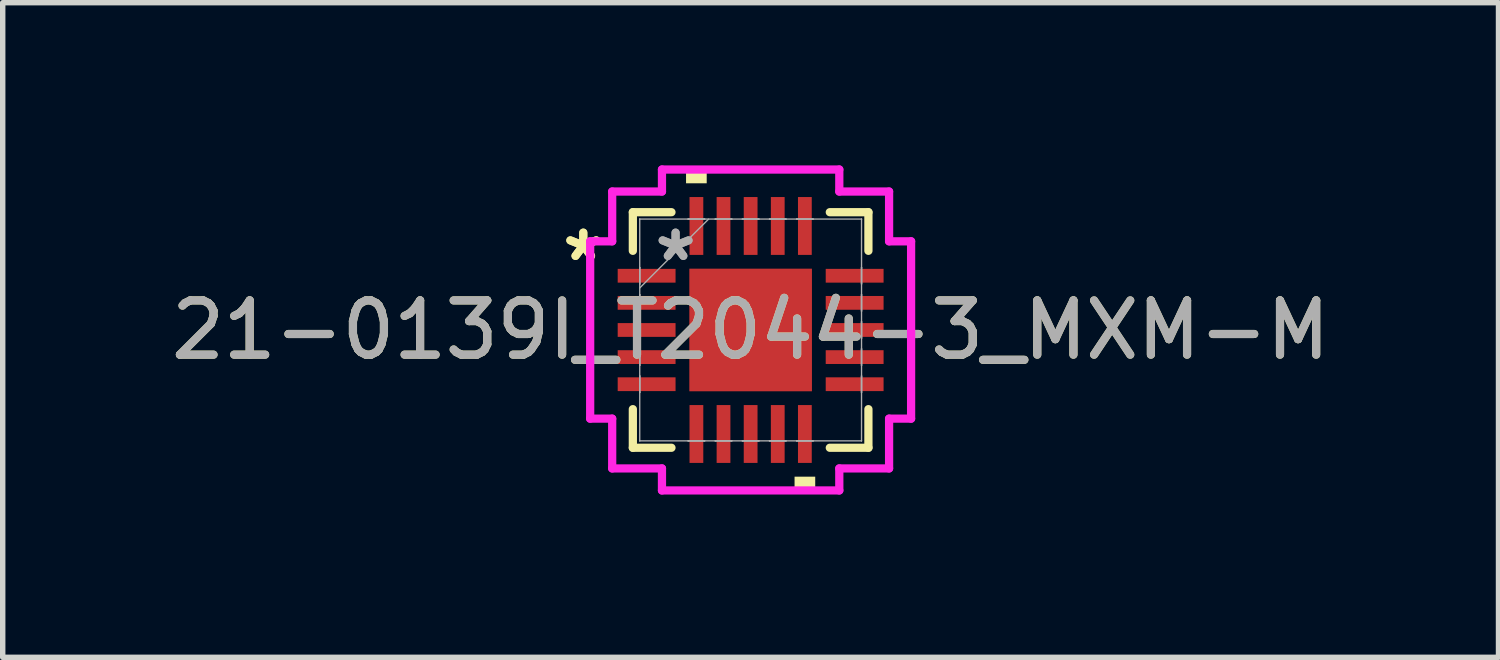
<source format=kicad_pcb>
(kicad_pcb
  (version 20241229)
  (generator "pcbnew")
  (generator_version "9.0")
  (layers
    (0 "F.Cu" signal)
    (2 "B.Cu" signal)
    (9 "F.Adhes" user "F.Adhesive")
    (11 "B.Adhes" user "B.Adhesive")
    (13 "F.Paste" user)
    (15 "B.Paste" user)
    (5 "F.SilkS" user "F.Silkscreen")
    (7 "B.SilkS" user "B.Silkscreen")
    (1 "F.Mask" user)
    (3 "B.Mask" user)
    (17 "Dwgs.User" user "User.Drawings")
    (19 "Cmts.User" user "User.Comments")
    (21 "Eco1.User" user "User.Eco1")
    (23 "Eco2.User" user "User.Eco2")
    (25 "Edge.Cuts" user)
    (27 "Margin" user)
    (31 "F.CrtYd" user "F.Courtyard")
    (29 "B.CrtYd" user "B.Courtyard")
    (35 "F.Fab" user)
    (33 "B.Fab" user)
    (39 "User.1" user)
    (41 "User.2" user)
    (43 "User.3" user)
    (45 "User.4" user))
  (footprint "21-0139I_T2044-3_MXM-M"
    (layer "F.Cu")
    (at 10.792 3.035)
    (property "Reference" "21-0139I_T2044-3_MXM-M" (at 0 0 0) (unlocked yes) (layer "F.SilkS") (effects (font (size 1 1) (thickness 0.15))))
    (attr smd)
    (fp_line (start -2.172 -2.172) (end -2.172 -1.46) (stroke (width 0.152) (type solid)) (layer "F.SilkS"))
    (fp_line (start -2.172 1.46) (end -2.172 2.172) (stroke (width 0.152) (type solid)) (layer "F.SilkS"))
    (fp_line (start -2.172 2.172) (end -1.46 2.172) (stroke (width 0.152) (type solid)) (layer "F.SilkS"))
    (fp_line (start -1.46 -2.172) (end -2.172 -2.172) (stroke (width 0.152) (type solid)) (layer "F.SilkS"))
    (fp_line (start 1.46 2.172) (end 2.172 2.172) (stroke (width 0.152) (type solid)) (layer "F.SilkS"))
    (fp_line (start 2.172 -2.172) (end 1.46 -2.172) (stroke (width 0.152) (type solid)) (layer "F.SilkS"))
    (fp_line (start 2.172 -1.46) (end 2.172 -2.172) (stroke (width 0.152) (type solid)) (layer "F.SilkS"))
    (fp_line (start 2.172 2.172) (end 2.172 1.46) (stroke (width 0.152) (type solid)) (layer "F.SilkS"))
    (fp_poly (pts (xy -1.191 -2.705) (xy -1.191 -2.959) (xy -0.81 -2.959) (xy -0.81 -2.705)) (stroke (width 0) (type solid)) (fill yes) (layer "F.SilkS"))
    (fp_poly (pts (xy 0.81 2.705) (xy 0.81 2.959) (xy 1.191 2.959) (xy 1.191 2.705)) (stroke (width 0) (type solid)) (fill yes) (layer "F.SilkS"))
    (fp_line (start -2.959 -1.635) (end -2.553 -1.635) (stroke (width 0.152) (type solid)) (layer "F.CrtYd"))
    (fp_line (start -2.959 1.635) (end -2.959 -1.635) (stroke (width 0.152) (type solid)) (layer "F.CrtYd"))
    (fp_line (start -2.553 -2.553) (end -1.635 -2.553) (stroke (width 0.152) (type solid)) (layer "F.CrtYd"))
    (fp_line (start -2.553 -1.635) (end -2.553 -2.553) (stroke (width 0.152) (type solid)) (layer "F.CrtYd"))
    (fp_line (start -2.553 1.635) (end -2.959 1.635) (stroke (width 0.152) (type solid)) (layer "F.CrtYd"))
    (fp_line (start -2.553 2.553) (end -2.553 1.635) (stroke (width 0.152) (type solid)) (layer "F.CrtYd"))
    (fp_line (start -1.635 -2.959) (end 1.635 -2.959) (stroke (width 0.152) (type solid)) (layer "F.CrtYd"))
    (fp_line (start -1.635 -2.553) (end -1.635 -2.959) (stroke (width 0.152) (type solid)) (layer "F.CrtYd"))
    (fp_line (start -1.635 2.553) (end -2.553 2.553) (stroke (width 0.152) (type solid)) (layer "F.CrtYd"))
    (fp_line (start -1.635 2.959) (end -1.635 2.553) (stroke (width 0.152) (type solid)) (layer "F.CrtYd"))
    (fp_line (start 1.635 -2.959) (end 1.635 -2.553) (stroke (width 0.152) (type solid)) (layer "F.CrtYd"))
    (fp_line (start 1.635 -2.553) (end 2.553 -2.553) (stroke (width 0.152) (type solid)) (layer "F.CrtYd"))
    (fp_line (start 1.635 2.553) (end 1.635 2.959) (stroke (width 0.152) (type solid)) (layer "F.CrtYd"))
    (fp_line (start 1.635 2.959) (end -1.635 2.959) (stroke (width 0.152) (type solid)) (layer "F.CrtYd"))
    (fp_line (start 2.553 -2.553) (end 2.553 -1.635) (stroke (width 0.152) (type solid)) (layer "F.CrtYd"))
    (fp_line (start 2.553 -1.635) (end 2.959 -1.635) (stroke (width 0.152) (type solid)) (layer "F.CrtYd"))
    (fp_line (start 2.553 1.635) (end 2.553 2.553) (stroke (width 0.152) (type solid)) (layer "F.CrtYd"))
    (fp_line (start 2.553 2.553) (end 1.635 2.553) (stroke (width 0.152) (type solid)) (layer "F.CrtYd"))
    (fp_line (start 2.959 -1.635) (end 2.959 1.635) (stroke (width 0.152) (type solid)) (layer "F.CrtYd"))
    (fp_line (start 2.959 1.635) (end 2.553 1.635) (stroke (width 0.152) (type solid)) (layer "F.CrtYd"))
    (fp_line (start -2.045 -2.045) (end -2.045 -2.045) (stroke (width 0.025) (type solid)) (layer "F.Fab"))
    (fp_line (start -2.045 -2.045) (end -2.045 2.045) (stroke (width 0.025) (type solid)) (layer "F.Fab"))
    (fp_line (start -2.045 -1.152) (end -2.045 -1.152) (stroke (width 0.025) (type solid)) (layer "F.Fab"))
    (fp_line (start -2.045 -1.152) (end -2.045 -0.848) (stroke (width 0.025) (type solid)) (layer "F.Fab"))
    (fp_line (start -2.045 -0.848) (end -2.045 -1.152) (stroke (width 0.025) (type solid)) (layer "F.Fab"))
    (fp_line (start -2.045 -0.848) (end -2.045 -0.848) (stroke (width 0.025) (type solid)) (layer "F.Fab"))
    (fp_line (start -2.045 -0.775) (end -0.775 -2.045) (stroke (width 0.025) (type solid)) (layer "F.Fab"))
    (fp_line (start -2.045 -0.652) (end -2.045 -0.652) (stroke (width 0.025) (type solid)) (layer "F.Fab"))
    (fp_line (start -2.045 -0.652) (end -2.045 -0.348) (stroke (width 0.025) (type solid)) (layer "F.Fab"))
    (fp_line (start -2.045 -0.348) (end -2.045 -0.652) (stroke (width 0.025) (type solid)) (layer "F.Fab"))
    (fp_line (start -2.045 -0.348) (end -2.045 -0.348) (stroke (width 0.025) (type solid)) (layer "F.Fab"))
    (fp_line (start -2.045 -0.152) (end -2.045 -0.152) (stroke (width 0.025) (type solid)) (layer "F.Fab"))
    (fp_line (start -2.045 -0.152) (end -2.045 0.152) (stroke (width 0.025) (type solid)) (layer "F.Fab"))
    (fp_line (start -2.045 0.152) (end -2.045 -0.152) (stroke (width 0.025) (type solid)) (layer "F.Fab"))
    (fp_line (start -2.045 0.152) (end -2.045 0.152) (stroke (width 0.025) (type solid)) (layer "F.Fab"))
    (fp_line (start -2.045 0.348) (end -2.045 0.348) (stroke (width 0.025) (type solid)) (layer "F.Fab"))
    (fp_line (start -2.045 0.348) (end -2.045 0.652) (stroke (width 0.025) (type solid)) (layer "F.Fab"))
    (fp_line (start -2.045 0.652) (end -2.045 0.348) (stroke (width 0.025) (type solid)) (layer "F.Fab"))
    (fp_line (start -2.045 0.652) (end -2.045 0.652) (stroke (width 0.025) (type solid)) (layer "F.Fab"))
    (fp_line (start -2.045 0.848) (end -2.045 0.848) (stroke (width 0.025) (type solid)) (layer "F.Fab"))
    (fp_line (start -2.045 0.848) (end -2.045 1.152) (stroke (width 0.025) (type solid)) (layer "F.Fab"))
    (fp_line (start -2.045 1.152) (end -2.045 0.848) (stroke (width 0.025) (type solid)) (layer "F.Fab"))
    (fp_line (start -2.045 1.152) (end -2.045 1.152) (stroke (width 0.025) (type solid)) (layer "F.Fab"))
    (fp_line (start -2.045 2.045) (end -2.045 2.045) (stroke (width 0.025) (type solid)) (layer "F.Fab"))
    (fp_line (start -2.045 2.045) (end 2.045 2.045) (stroke (width 0.025) (type solid)) (layer "F.Fab"))
    (fp_line (start -1.152 -2.045) (end -1.152 -2.045) (stroke (width 0.025) (type solid)) (layer "F.Fab"))
    (fp_line (start -1.152 -2.045) (end -0.848 -2.045) (stroke (width 0.025) (type solid)) (layer "F.Fab"))
    (fp_line (start -1.152 2.045) (end -1.152 2.045) (stroke (width 0.025) (type solid)) (layer "F.Fab"))
    (fp_line (start -1.152 2.045) (end -0.848 2.045) (stroke (width 0.025) (type solid)) (layer "F.Fab"))
    (fp_line (start -0.848 -2.045) (end -1.152 -2.045) (stroke (width 0.025) (type solid)) (layer "F.Fab"))
    (fp_line (start -0.848 -2.045) (end -0.848 -2.045) (stroke (width 0.025) (type solid)) (layer "F.Fab"))
    (fp_line (start -0.848 2.045) (end -1.152 2.045) (stroke (width 0.025) (type solid)) (layer "F.Fab"))
    (fp_line (start -0.848 2.045) (end -0.848 2.045) (stroke (width 0.025) (type solid)) (layer "F.Fab"))
    (fp_line (start -0.652 -2.045) (end -0.652 -2.045) (stroke (width 0.025) (type solid)) (layer "F.Fab"))
    (fp_line (start -0.652 -2.045) (end -0.348 -2.045) (stroke (width 0.025) (type solid)) (layer "F.Fab"))
    (fp_line (start -0.652 2.045) (end -0.652 2.045) (stroke (width 0.025) (type solid)) (layer "F.Fab"))
    (fp_line (start -0.652 2.045) (end -0.348 2.045) (stroke (width 0.025) (type solid)) (layer "F.Fab"))
    (fp_line (start -0.348 -2.045) (end -0.652 -2.045) (stroke (width 0.025) (type solid)) (layer "F.Fab"))
    (fp_line (start -0.348 -2.045) (end -0.348 -2.045) (stroke (width 0.025) (type solid)) (layer "F.Fab"))
    (fp_line (start -0.348 2.045) (end -0.652 2.045) (stroke (width 0.025) (type solid)) (layer "F.Fab"))
    (fp_line (start -0.348 2.045) (end -0.348 2.045) (stroke (width 0.025) (type solid)) (layer "F.Fab"))
    (fp_line (start -0.152 -2.045) (end -0.152 -2.045) (stroke (width 0.025) (type solid)) (layer "F.Fab"))
    (fp_line (start -0.152 -2.045) (end 0.152 -2.045) (stroke (width 0.025) (type solid)) (layer "F.Fab"))
    (fp_line (start -0.152 2.045) (end -0.152 2.045) (stroke (width 0.025) (type solid)) (layer "F.Fab"))
    (fp_line (start -0.152 2.045) (end 0.152 2.045) (stroke (width 0.025) (type solid)) (layer "F.Fab"))
    (fp_line (start 0.152 -2.045) (end -0.152 -2.045) (stroke (width 0.025) (type solid)) (layer "F.Fab"))
    (fp_line (start 0.152 -2.045) (end 0.152 -2.045) (stroke (width 0.025) (type solid)) (layer "F.Fab"))
    (fp_line (start 0.152 2.045) (end -0.152 2.045) (stroke (width 0.025) (type solid)) (layer "F.Fab"))
    (fp_line (start 0.152 2.045) (end 0.152 2.045) (stroke (width 0.025) (type solid)) (layer "F.Fab"))
    (fp_line (start 0.348 -2.045) (end 0.348 -2.045) (stroke (width 0.025) (type solid)) (layer "F.Fab"))
    (fp_line (start 0.348 -2.045) (end 0.652 -2.045) (stroke (width 0.025) (type solid)) (layer "F.Fab"))
    (fp_line (start 0.348 2.045) (end 0.348 2.045) (stroke (width 0.025) (type solid)) (layer "F.Fab"))
    (fp_line (start 0.348 2.045) (end 0.652 2.045) (stroke (width 0.025) (type solid)) (layer "F.Fab"))
    (fp_line (start 0.652 -2.045) (end 0.348 -2.045) (stroke (width 0.025) (type solid)) (layer "F.Fab"))
    (fp_line (start 0.652 -2.045) (end 0.652 -2.045) (stroke (width 0.025) (type solid)) (layer "F.Fab"))
    (fp_line (start 0.652 2.045) (end 0.348 2.045) (stroke (width 0.025) (type solid)) (layer "F.Fab"))
    (fp_line (start 0.652 2.045) (end 0.652 2.045) (stroke (width 0.025) (type solid)) (layer "F.Fab"))
    (fp_line (start 0.848 -2.045) (end 0.848 -2.045) (stroke (width 0.025) (type solid)) (layer "F.Fab"))
    (fp_line (start 0.848 -2.045) (end 1.152 -2.045) (stroke (width 0.025) (type solid)) (layer "F.Fab"))
    (fp_line (start 0.848 2.045) (end 0.848 2.045) (stroke (width 0.025) (type solid)) (layer "F.Fab"))
    (fp_line (start 0.848 2.045) (end 1.152 2.045) (stroke (width 0.025) (type solid)) (layer "F.Fab"))
    (fp_line (start 1.152 -2.045) (end 0.848 -2.045) (stroke (width 0.025) (type solid)) (layer "F.Fab"))
    (fp_line (start 1.152 -2.045) (end 1.152 -2.045) (stroke (width 0.025) (type solid)) (layer "F.Fab"))
    (fp_line (start 1.152 2.045) (end 0.848 2.045) (stroke (width 0.025) (type solid)) (layer "F.Fab"))
    (fp_line (start 1.152 2.045) (end 1.152 2.045) (stroke (width 0.025) (type solid)) (layer "F.Fab"))
    (fp_line (start 2.045 -2.045) (end -2.045 -2.045) (stroke (width 0.025) (type solid)) (layer "F.Fab"))
    (fp_line (start 2.045 -2.045) (end 2.045 -2.045) (stroke (width 0.025) (type solid)) (layer "F.Fab"))
    (fp_line (start 2.045 -1.152) (end 2.045 -1.152) (stroke (width 0.025) (type solid)) (layer "F.Fab"))
    (fp_line (start 2.045 -1.152) (end 2.045 -0.848) (stroke (width 0.025) (type solid)) (layer "F.Fab"))
    (fp_line (start 2.045 -0.848) (end 2.045 -1.152) (stroke (width 0.025) (type solid)) (layer "F.Fab"))
    (fp_line (start 2.045 -0.848) (end 2.045 -0.848) (stroke (width 0.025) (type solid)) (layer "F.Fab"))
    (fp_line (start 2.045 -0.652) (end 2.045 -0.652) (stroke (width 0.025) (type solid)) (layer "F.Fab"))
    (fp_line (start 2.045 -0.652) (end 2.045 -0.348) (stroke (width 0.025) (type solid)) (layer "F.Fab"))
    (fp_line (start 2.045 -0.348) (end 2.045 -0.652) (stroke (width 0.025) (type solid)) (layer "F.Fab"))
    (fp_line (start 2.045 -0.348) (end 2.045 -0.348) (stroke (width 0.025) (type solid)) (layer "F.Fab"))
    (fp_line (start 2.045 -0.152) (end 2.045 -0.152) (stroke (width 0.025) (type solid)) (layer "F.Fab"))
    (fp_line (start 2.045 -0.152) (end 2.045 0.152) (stroke (width 0.025) (type solid)) (layer "F.Fab"))
    (fp_line (start 2.045 0.152) (end 2.045 -0.152) (stroke (width 0.025) (type solid)) (layer "F.Fab"))
    (fp_line (start 2.045 0.152) (end 2.045 0.152) (stroke (width 0.025) (type solid)) (layer "F.Fab"))
    (fp_line (start 2.045 0.348) (end 2.045 0.348) (stroke (width 0.025) (type solid)) (layer "F.Fab"))
    (fp_line (start 2.045 0.348) (end 2.045 0.652) (stroke (width 0.025) (type solid)) (layer "F.Fab"))
    (fp_line (start 2.045 0.652) (end 2.045 0.348) (stroke (width 0.025) (type solid)) (layer "F.Fab"))
    (fp_line (start 2.045 0.652) (end 2.045 0.652) (stroke (width 0.025) (type solid)) (layer "F.Fab"))
    (fp_line (start 2.045 0.848) (end 2.045 0.848) (stroke (width 0.025) (type solid)) (layer "F.Fab"))
    (fp_line (start 2.045 0.848) (end 2.045 1.152) (stroke (width 0.025) (type solid)) (layer "F.Fab"))
    (fp_line (start 2.045 1.152) (end 2.045 0.848) (stroke (width 0.025) (type solid)) (layer "F.Fab"))
    (fp_line (start 2.045 1.152) (end 2.045 1.152) (stroke (width 0.025) (type solid)) (layer "F.Fab"))
    (fp_line (start 2.045 2.045) (end 2.045 -2.045) (stroke (width 0.025) (type solid)) (layer "F.Fab"))
    (fp_line (start 2.045 2.045) (end 2.045 2.045) (stroke (width 0.025) (type solid)) (layer "F.Fab"))
    (fp_text user "*" (at -3.086 -1.25 0) (unlocked yes) (layer "F.SilkS") (effects (font (size 1 1) (thickness 0.15))))
    (fp_text user "*" (at -3.086 -1.25 0) (layer "F.SilkS") (effects (font (size 1 1) (thickness 0.15))))
    (fp_text user "*" (at -1.384 -1.25 0) (layer "F.Fab") (effects (font (size 1 1) (thickness 0.15))))
    (fp_text user "*" (at -1.384 -1.25 0) (unlocked yes) (layer "F.Fab") (effects (font (size 1 1) (thickness 0.15))))
    (fp_text user "${REFERENCE}" (at 0 0 0) (unlocked yes) (layer "F.Fab") (effects (font (size 1 1) (thickness 0.15))))
    (pad "1" smd rect (at -1.918 -1 90) (size 0.254 1.067) (layers "F.Cu" "F.Mask" "F.Paste"))
    (pad "2" smd rect (at -1.918 -0.5 90) (size 0.254 1.067) (layers "F.Cu" "F.Mask" "F.Paste"))
    (pad "3" smd rect (at -1.918 0 90) (size 0.254 1.067) (layers "F.Cu" "F.Mask" "F.Paste"))
    (pad "4" smd rect (at -1.918 0.5 90) (size 0.254 1.067) (layers "F.Cu" "F.Mask" "F.Paste"))
    (pad "5" smd rect (at -1.918 1 90) (size 0.254 1.067) (layers "F.Cu" "F.Mask" "F.Paste"))
    (pad "6" smd rect (at -1 1.918) (size 0.254 1.067) (layers "F.Cu" "F.Mask" "F.Paste"))
    (pad "7" smd rect (at -0.5 1.918) (size 0.254 1.067) (layers "F.Cu" "F.Mask" "F.Paste"))
    (pad "8" smd rect (at 0 1.918) (size 0.254 1.067) (layers "F.Cu" "F.Mask" "F.Paste"))
    (pad "9" smd rect (at 0.5 1.918) (size 0.254 1.067) (layers "F.Cu" "F.Mask" "F.Paste"))
    (pad "10" smd rect (at 1 1.918) (size 0.254 1.067) (layers "F.Cu" "F.Mask" "F.Paste"))
    (pad "11" smd rect (at 1.918 1 90) (size 0.254 1.067) (layers "F.Cu" "F.Mask" "F.Paste"))
    (pad "12" smd rect (at 1.918 0.5 90) (size 0.254 1.067) (layers "F.Cu" "F.Mask" "F.Paste"))
    (pad "13" smd rect (at 1.918 0 90) (size 0.254 1.067) (layers "F.Cu" "F.Mask" "F.Paste"))
    (pad "14" smd rect (at 1.918 -0.5 90) (size 0.254 1.067) (layers "F.Cu" "F.Mask" "F.Paste"))
    (pad "15" smd rect (at 1.918 -1 90) (size 0.254 1.067) (layers "F.Cu" "F.Mask" "F.Paste"))
    (pad "16" smd rect (at 1 -1.918) (size 0.254 1.067) (layers "F.Cu" "F.Mask" "F.Paste"))
    (pad "17" smd rect (at 0.5 -1.918) (size 0.254 1.067) (layers "F.Cu" "F.Mask" "F.Paste"))
    (pad "18" smd rect (at 0 -1.918) (size 0.254 1.067) (layers "F.Cu" "F.Mask" "F.Paste"))
    (pad "19" smd rect (at -0.5 -1.918) (size 0.254 1.067) (layers "F.Cu" "F.Mask" "F.Paste"))
    (pad "20" smd rect (at -1 -1.918) (size 0.254 1.067) (layers "F.Cu" "F.Mask" "F.Paste"))
    (pad "21" smd rect (at 0 0) (size 2.261 2.261) (layers "F.Cu" "F.Mask" "F.Paste")))
  (gr_rect
    (start -3 -3)
    (end 24.583 9.071)
    (stroke (width 0.1) (type default))
    (fill no)
    (layer "Edge.Cuts")))
</source>
